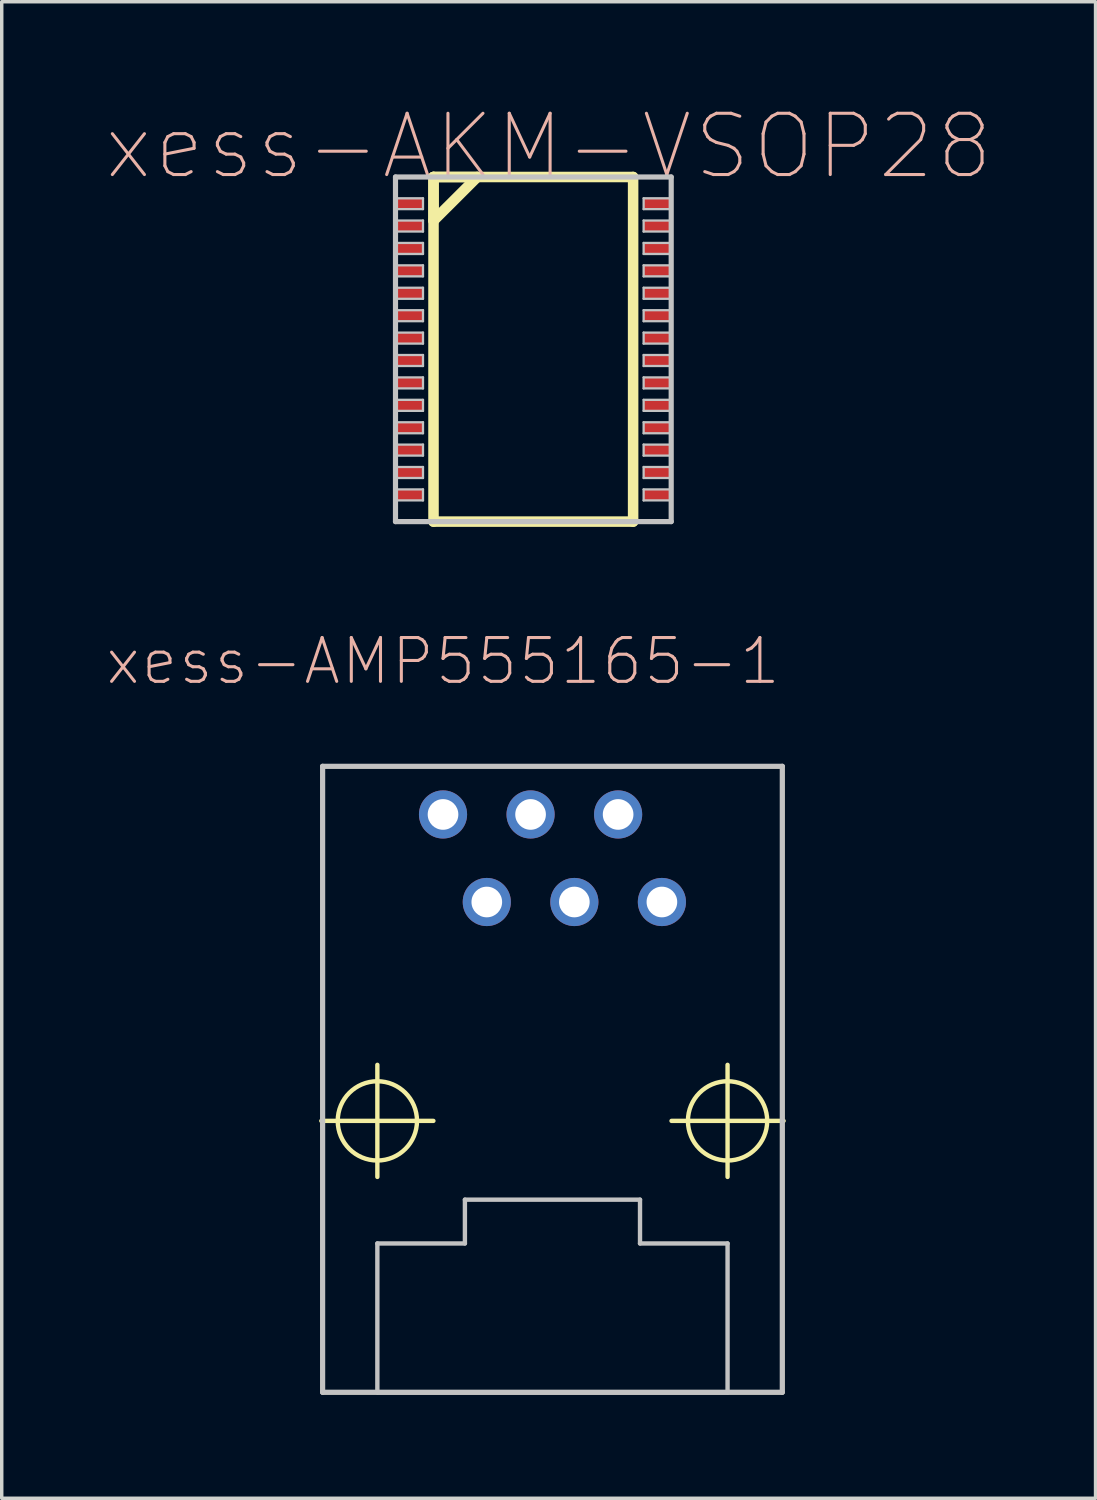
<source format=kicad_pcb>
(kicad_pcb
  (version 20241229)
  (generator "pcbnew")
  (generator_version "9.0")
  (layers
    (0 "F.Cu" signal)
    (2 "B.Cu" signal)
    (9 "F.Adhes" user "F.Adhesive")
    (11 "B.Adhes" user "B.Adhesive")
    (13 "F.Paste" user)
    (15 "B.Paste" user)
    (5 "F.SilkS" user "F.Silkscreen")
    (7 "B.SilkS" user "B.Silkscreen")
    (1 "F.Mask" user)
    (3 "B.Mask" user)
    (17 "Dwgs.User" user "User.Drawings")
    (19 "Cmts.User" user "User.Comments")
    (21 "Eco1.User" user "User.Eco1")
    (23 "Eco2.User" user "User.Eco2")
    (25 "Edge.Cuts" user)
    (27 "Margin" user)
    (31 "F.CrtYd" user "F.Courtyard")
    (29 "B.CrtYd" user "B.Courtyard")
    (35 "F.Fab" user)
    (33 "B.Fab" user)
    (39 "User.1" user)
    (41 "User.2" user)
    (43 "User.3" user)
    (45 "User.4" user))
  (footprint "xess-AKM-VSOP28"
    (layer "F.Cu")
    (at 8.874 2.86)
    (property "Reference" "xess-AKM-VSOP28" (at 3.993 -1.664 0) (layer "B.SilkS") (effects (font (size 1.778 1.778) (thickness 0.089))))
    (attr smd)
    (fp_line (start 0.653 -0.775) (end 0.653 0.493) (stroke (width 0.305) (type solid)) (layer "F.SilkS"))
    (fp_line (start 0.653 -0.775) (end 0.653 9.223) (stroke (width 0.305) (type solid)) (layer "F.SilkS"))
    (fp_line (start 0.653 0.493) (end 1.923 -0.775) (stroke (width 0.305) (type solid)) (layer "F.SilkS"))
    (fp_line (start 0.653 9.223) (end 6.444 9.223) (stroke (width 0.305) (type solid)) (layer "F.SilkS"))
    (fp_line (start 1.923 -0.775) (end 0.653 -0.775) (stroke (width 0.305) (type solid)) (layer "F.SilkS"))
    (fp_line (start 6.444 -0.775) (end 0.653 -0.775) (stroke (width 0.305) (type solid)) (layer "F.SilkS"))
    (fp_line (start 6.444 9.223) (end 6.444 -0.775) (stroke (width 0.305) (type solid)) (layer "F.SilkS"))
    (fp_line (start -0.45 -0.775) (end -0.45 9.223) (stroke (width 0.15) (type solid)) (layer "Dwgs.User"))
    (fp_line (start -0.45 -0.157) (end 0.348 -0.157) (stroke (width 0.066) (type solid)) (layer "Dwgs.User"))
    (fp_line (start -0.45 0.157) (end -0.45 -0.157) (stroke (width 0.066) (type solid)) (layer "Dwgs.User"))
    (fp_line (start -0.45 0.157) (end 0.348 0.157) (stroke (width 0.066) (type solid)) (layer "Dwgs.User"))
    (fp_line (start -0.45 0.488) (end 0.348 0.488) (stroke (width 0.066) (type solid)) (layer "Dwgs.User"))
    (fp_line (start -0.45 0.808) (end -0.45 0.488) (stroke (width 0.066) (type solid)) (layer "Dwgs.User"))
    (fp_line (start -0.45 0.808) (end 0.348 0.808) (stroke (width 0.066) (type solid)) (layer "Dwgs.User"))
    (fp_line (start -0.45 1.138) (end 0.348 1.138) (stroke (width 0.066) (type solid)) (layer "Dwgs.User"))
    (fp_line (start -0.45 1.458) (end -0.45 1.138) (stroke (width 0.066) (type solid)) (layer "Dwgs.User"))
    (fp_line (start -0.45 1.458) (end 0.348 1.458) (stroke (width 0.066) (type solid)) (layer "Dwgs.User"))
    (fp_line (start -0.45 1.788) (end 0.348 1.788) (stroke (width 0.066) (type solid)) (layer "Dwgs.User"))
    (fp_line (start -0.45 2.108) (end -0.45 1.788) (stroke (width 0.066) (type solid)) (layer "Dwgs.User"))
    (fp_line (start -0.45 2.108) (end 0.348 2.108) (stroke (width 0.066) (type solid)) (layer "Dwgs.User"))
    (fp_line (start -0.45 2.438) (end 0.348 2.438) (stroke (width 0.066) (type solid)) (layer "Dwgs.User"))
    (fp_line (start -0.45 2.758) (end -0.45 2.438) (stroke (width 0.066) (type solid)) (layer "Dwgs.User"))
    (fp_line (start -0.45 2.758) (end 0.348 2.758) (stroke (width 0.066) (type solid)) (layer "Dwgs.User"))
    (fp_line (start -0.45 3.089) (end 0.348 3.089) (stroke (width 0.066) (type solid)) (layer "Dwgs.User"))
    (fp_line (start -0.45 3.409) (end -0.45 3.089) (stroke (width 0.066) (type solid)) (layer "Dwgs.User"))
    (fp_line (start -0.45 3.409) (end 0.348 3.409) (stroke (width 0.066) (type solid)) (layer "Dwgs.User"))
    (fp_line (start -0.45 3.739) (end 0.348 3.739) (stroke (width 0.066) (type solid)) (layer "Dwgs.User"))
    (fp_line (start -0.45 4.059) (end -0.45 3.739) (stroke (width 0.066) (type solid)) (layer "Dwgs.User"))
    (fp_line (start -0.45 4.059) (end 0.348 4.059) (stroke (width 0.066) (type solid)) (layer "Dwgs.User"))
    (fp_line (start -0.45 4.389) (end 0.348 4.389) (stroke (width 0.066) (type solid)) (layer "Dwgs.User"))
    (fp_line (start -0.45 4.709) (end -0.45 4.389) (stroke (width 0.066) (type solid)) (layer "Dwgs.User"))
    (fp_line (start -0.45 4.709) (end 0.348 4.709) (stroke (width 0.066) (type solid)) (layer "Dwgs.User"))
    (fp_line (start -0.45 5.039) (end 0.348 5.039) (stroke (width 0.066) (type solid)) (layer "Dwgs.User"))
    (fp_line (start -0.45 5.359) (end -0.45 5.039) (stroke (width 0.066) (type solid)) (layer "Dwgs.User"))
    (fp_line (start -0.45 5.359) (end 0.348 5.359) (stroke (width 0.066) (type solid)) (layer "Dwgs.User"))
    (fp_line (start -0.45 5.69) (end 0.348 5.69) (stroke (width 0.066) (type solid)) (layer "Dwgs.User"))
    (fp_line (start -0.45 6.01) (end -0.45 5.69) (stroke (width 0.066) (type solid)) (layer "Dwgs.User"))
    (fp_line (start -0.45 6.01) (end 0.348 6.01) (stroke (width 0.066) (type solid)) (layer "Dwgs.User"))
    (fp_line (start -0.45 6.34) (end 0.348 6.34) (stroke (width 0.066) (type solid)) (layer "Dwgs.User"))
    (fp_line (start -0.45 6.66) (end -0.45 6.34) (stroke (width 0.066) (type solid)) (layer "Dwgs.User"))
    (fp_line (start -0.45 6.66) (end 0.348 6.66) (stroke (width 0.066) (type solid)) (layer "Dwgs.User"))
    (fp_line (start -0.45 6.988) (end 0.348 6.988) (stroke (width 0.066) (type solid)) (layer "Dwgs.User"))
    (fp_line (start -0.45 7.308) (end -0.45 6.988) (stroke (width 0.066) (type solid)) (layer "Dwgs.User"))
    (fp_line (start -0.45 7.308) (end 0.348 7.308) (stroke (width 0.066) (type solid)) (layer "Dwgs.User"))
    (fp_line (start -0.45 7.638) (end 0.348 7.638) (stroke (width 0.066) (type solid)) (layer "Dwgs.User"))
    (fp_line (start -0.45 7.958) (end -0.45 7.638) (stroke (width 0.066) (type solid)) (layer "Dwgs.User"))
    (fp_line (start -0.45 7.958) (end 0.348 7.958) (stroke (width 0.066) (type solid)) (layer "Dwgs.User"))
    (fp_line (start -0.45 8.288) (end 0.348 8.288) (stroke (width 0.066) (type solid)) (layer "Dwgs.User"))
    (fp_line (start -0.45 8.608) (end -0.45 8.288) (stroke (width 0.066) (type solid)) (layer "Dwgs.User"))
    (fp_line (start -0.45 8.608) (end 0.348 8.608) (stroke (width 0.066) (type solid)) (layer "Dwgs.User"))
    (fp_line (start -0.45 9.223) (end 7.549 9.223) (stroke (width 0.15) (type solid)) (layer "Dwgs.User"))
    (fp_line (start 0.348 0.157) (end 0.348 -0.157) (stroke (width 0.066) (type solid)) (layer "Dwgs.User"))
    (fp_line (start 0.348 0.808) (end 0.348 0.488) (stroke (width 0.066) (type solid)) (layer "Dwgs.User"))
    (fp_line (start 0.348 1.458) (end 0.348 1.138) (stroke (width 0.066) (type solid)) (layer "Dwgs.User"))
    (fp_line (start 0.348 2.108) (end 0.348 1.788) (stroke (width 0.066) (type solid)) (layer "Dwgs.User"))
    (fp_line (start 0.348 2.758) (end 0.348 2.438) (stroke (width 0.066) (type solid)) (layer "Dwgs.User"))
    (fp_line (start 0.348 3.409) (end 0.348 3.089) (stroke (width 0.066) (type solid)) (layer "Dwgs.User"))
    (fp_line (start 0.348 4.059) (end 0.348 3.739) (stroke (width 0.066) (type solid)) (layer "Dwgs.User"))
    (fp_line (start 0.348 4.709) (end 0.348 4.389) (stroke (width 0.066) (type solid)) (layer "Dwgs.User"))
    (fp_line (start 0.348 5.359) (end 0.348 5.039) (stroke (width 0.066) (type solid)) (layer "Dwgs.User"))
    (fp_line (start 0.348 6.01) (end 0.348 5.69) (stroke (width 0.066) (type solid)) (layer "Dwgs.User"))
    (fp_line (start 0.348 6.66) (end 0.348 6.34) (stroke (width 0.066) (type solid)) (layer "Dwgs.User"))
    (fp_line (start 0.348 7.308) (end 0.348 6.988) (stroke (width 0.066) (type solid)) (layer "Dwgs.User"))
    (fp_line (start 0.348 7.958) (end 0.348 7.638) (stroke (width 0.066) (type solid)) (layer "Dwgs.User"))
    (fp_line (start 0.348 8.608) (end 0.348 8.288) (stroke (width 0.066) (type solid)) (layer "Dwgs.User"))
    (fp_line (start 6.749 -0.157) (end 7.549 -0.157) (stroke (width 0.066) (type solid)) (layer "Dwgs.User"))
    (fp_line (start 6.749 0.157) (end 6.749 -0.157) (stroke (width 0.066) (type solid)) (layer "Dwgs.User"))
    (fp_line (start 6.749 0.157) (end 7.549 0.157) (stroke (width 0.066) (type solid)) (layer "Dwgs.User"))
    (fp_line (start 6.749 0.488) (end 7.549 0.488) (stroke (width 0.066) (type solid)) (layer "Dwgs.User"))
    (fp_line (start 6.749 0.808) (end 6.749 0.488) (stroke (width 0.066) (type solid)) (layer "Dwgs.User"))
    (fp_line (start 6.749 0.808) (end 7.549 0.808) (stroke (width 0.066) (type solid)) (layer "Dwgs.User"))
    (fp_line (start 6.749 1.138) (end 7.549 1.138) (stroke (width 0.066) (type solid)) (layer "Dwgs.User"))
    (fp_line (start 6.749 1.458) (end 6.749 1.138) (stroke (width 0.066) (type solid)) (layer "Dwgs.User"))
    (fp_line (start 6.749 1.458) (end 7.549 1.458) (stroke (width 0.066) (type solid)) (layer "Dwgs.User"))
    (fp_line (start 6.749 1.788) (end 7.549 1.788) (stroke (width 0.066) (type solid)) (layer "Dwgs.User"))
    (fp_line (start 6.749 2.108) (end 6.749 1.788) (stroke (width 0.066) (type solid)) (layer "Dwgs.User"))
    (fp_line (start 6.749 2.108) (end 7.549 2.108) (stroke (width 0.066) (type solid)) (layer "Dwgs.User"))
    (fp_line (start 6.749 2.438) (end 7.549 2.438) (stroke (width 0.066) (type solid)) (layer "Dwgs.User"))
    (fp_line (start 6.749 2.758) (end 6.749 2.438) (stroke (width 0.066) (type solid)) (layer "Dwgs.User"))
    (fp_line (start 6.749 2.758) (end 7.549 2.758) (stroke (width 0.066) (type solid)) (layer "Dwgs.User"))
    (fp_line (start 6.749 3.089) (end 7.549 3.089) (stroke (width 0.066) (type solid)) (layer "Dwgs.User"))
    (fp_line (start 6.749 3.409) (end 6.749 3.089) (stroke (width 0.066) (type solid)) (layer "Dwgs.User"))
    (fp_line (start 6.749 3.409) (end 7.549 3.409) (stroke (width 0.066) (type solid)) (layer "Dwgs.User"))
    (fp_line (start 6.749 3.739) (end 7.549 3.739) (stroke (width 0.066) (type solid)) (layer "Dwgs.User"))
    (fp_line (start 6.749 4.059) (end 6.749 3.739) (stroke (width 0.066) (type solid)) (layer "Dwgs.User"))
    (fp_line (start 6.749 4.059) (end 7.549 4.059) (stroke (width 0.066) (type solid)) (layer "Dwgs.User"))
    (fp_line (start 6.749 4.389) (end 7.549 4.389) (stroke (width 0.066) (type solid)) (layer "Dwgs.User"))
    (fp_line (start 6.749 4.709) (end 6.749 4.389) (stroke (width 0.066) (type solid)) (layer "Dwgs.User"))
    (fp_line (start 6.749 4.709) (end 7.549 4.709) (stroke (width 0.066) (type solid)) (layer "Dwgs.User"))
    (fp_line (start 6.749 5.039) (end 7.549 5.039) (stroke (width 0.066) (type solid)) (layer "Dwgs.User"))
    (fp_line (start 6.749 5.359) (end 6.749 5.039) (stroke (width 0.066) (type solid)) (layer "Dwgs.User"))
    (fp_line (start 6.749 5.359) (end 7.549 5.359) (stroke (width 0.066) (type solid)) (layer "Dwgs.User"))
    (fp_line (start 6.749 5.69) (end 7.549 5.69) (stroke (width 0.066) (type solid)) (layer "Dwgs.User"))
    (fp_line (start 6.749 6.01) (end 6.749 5.69) (stroke (width 0.066) (type solid)) (layer "Dwgs.User"))
    (fp_line (start 6.749 6.01) (end 7.549 6.01) (stroke (width 0.066) (type solid)) (layer "Dwgs.User"))
    (fp_line (start 6.749 6.34) (end 7.549 6.34) (stroke (width 0.066) (type solid)) (layer "Dwgs.User"))
    (fp_line (start 6.749 6.66) (end 6.749 6.34) (stroke (width 0.066) (type solid)) (layer "Dwgs.User"))
    (fp_line (start 6.749 6.66) (end 7.549 6.66) (stroke (width 0.066) (type solid)) (layer "Dwgs.User"))
    (fp_line (start 6.749 6.988) (end 7.549 6.988) (stroke (width 0.066) (type solid)) (layer "Dwgs.User"))
    (fp_line (start 6.749 7.308) (end 6.749 6.988) (stroke (width 0.066) (type solid)) (layer "Dwgs.User"))
    (fp_line (start 6.749 7.308) (end 7.549 7.308) (stroke (width 0.066) (type solid)) (layer "Dwgs.User"))
    (fp_line (start 6.749 7.638) (end 7.549 7.638) (stroke (width 0.066) (type solid)) (layer "Dwgs.User"))
    (fp_line (start 6.749 7.958) (end 6.749 7.638) (stroke (width 0.066) (type solid)) (layer "Dwgs.User"))
    (fp_line (start 6.749 7.958) (end 7.549 7.958) (stroke (width 0.066) (type solid)) (layer "Dwgs.User"))
    (fp_line (start 6.749 8.288) (end 7.549 8.288) (stroke (width 0.066) (type solid)) (layer "Dwgs.User"))
    (fp_line (start 6.749 8.608) (end 6.749 8.288) (stroke (width 0.066) (type solid)) (layer "Dwgs.User"))
    (fp_line (start 6.749 8.608) (end 7.549 8.608) (stroke (width 0.066) (type solid)) (layer "Dwgs.User"))
    (fp_line (start 7.549 -0.775) (end -0.45 -0.775) (stroke (width 0.15) (type solid)) (layer "Dwgs.User"))
    (fp_line (start 7.549 0.157) (end 7.549 -0.157) (stroke (width 0.066) (type solid)) (layer "Dwgs.User"))
    (fp_line (start 7.549 0.808) (end 7.549 0.488) (stroke (width 0.066) (type solid)) (layer "Dwgs.User"))
    (fp_line (start 7.549 1.458) (end 7.549 1.138) (stroke (width 0.066) (type solid)) (layer "Dwgs.User"))
    (fp_line (start 7.549 2.108) (end 7.549 1.788) (stroke (width 0.066) (type solid)) (layer "Dwgs.User"))
    (fp_line (start 7.549 2.758) (end 7.549 2.438) (stroke (width 0.066) (type solid)) (layer "Dwgs.User"))
    (fp_line (start 7.549 3.409) (end 7.549 3.089) (stroke (width 0.066) (type solid)) (layer "Dwgs.User"))
    (fp_line (start 7.549 4.059) (end 7.549 3.739) (stroke (width 0.066) (type solid)) (layer "Dwgs.User"))
    (fp_line (start 7.549 4.709) (end 7.549 4.389) (stroke (width 0.066) (type solid)) (layer "Dwgs.User"))
    (fp_line (start 7.549 5.359) (end 7.549 5.039) (stroke (width 0.066) (type solid)) (layer "Dwgs.User"))
    (fp_line (start 7.549 6.01) (end 7.549 5.69) (stroke (width 0.066) (type solid)) (layer "Dwgs.User"))
    (fp_line (start 7.549 6.66) (end 7.549 6.34) (stroke (width 0.066) (type solid)) (layer "Dwgs.User"))
    (fp_line (start 7.549 7.308) (end 7.549 6.988) (stroke (width 0.066) (type solid)) (layer "Dwgs.User"))
    (fp_line (start 7.549 7.958) (end 7.549 7.638) (stroke (width 0.066) (type solid)) (layer "Dwgs.User"))
    (fp_line (start 7.549 8.608) (end 7.549 8.288) (stroke (width 0.066) (type solid)) (layer "Dwgs.User"))
    (fp_line (start 7.549 9.223) (end 7.549 -0.775) (stroke (width 0.15) (type solid)) (layer "Dwgs.User"))
    (pad "1" smd rect (at -0.048 0) (size 0.798 0.318) (layers "F.Cu" "F.Mask" "F.Paste"))
    (pad "2" smd rect (at -0.048 0.648) (size 0.798 0.318) (layers "F.Cu" "F.Mask" "F.Paste"))
    (pad "3" smd rect (at -0.048 1.298) (size 0.798 0.318) (layers "F.Cu" "F.Mask" "F.Paste"))
    (pad "4" smd rect (at -0.048 1.948) (size 0.798 0.318) (layers "F.Cu" "F.Mask" "F.Paste"))
    (pad "5" smd rect (at -0.048 2.598) (size 0.798 0.318) (layers "F.Cu" "F.Mask" "F.Paste"))
    (pad "6" smd rect (at -0.048 3.249) (size 0.798 0.318) (layers "F.Cu" "F.Mask" "F.Paste"))
    (pad "7" smd rect (at -0.048 3.899) (size 0.798 0.318) (layers "F.Cu" "F.Mask" "F.Paste"))
    (pad "8" smd rect (at -0.048 4.549) (size 0.798 0.318) (layers "F.Cu" "F.Mask" "F.Paste"))
    (pad "9" smd rect (at -0.048 5.199) (size 0.798 0.318) (layers "F.Cu" "F.Mask" "F.Paste"))
    (pad "10" smd rect (at -0.048 5.85) (size 0.798 0.318) (layers "F.Cu" "F.Mask" "F.Paste"))
    (pad "11" smd rect (at -0.048 6.5) (size 0.798 0.318) (layers "F.Cu" "F.Mask" "F.Paste"))
    (pad "12" smd rect (at -0.048 7.148) (size 0.798 0.318) (layers "F.Cu" "F.Mask" "F.Paste"))
    (pad "13" smd rect (at -0.048 7.798) (size 0.798 0.318) (layers "F.Cu" "F.Mask" "F.Paste"))
    (pad "14" smd rect (at -0.048 8.448) (size 0.798 0.318) (layers "F.Cu" "F.Mask" "F.Paste"))
    (pad "15" smd rect (at 7.148 8.448) (size 0.798 0.318) (layers "F.Cu" "F.Mask" "F.Paste"))
    (pad "16" smd rect (at 7.148 7.798) (size 0.798 0.318) (layers "F.Cu" "F.Mask" "F.Paste"))
    (pad "17" smd rect (at 7.148 7.148) (size 0.798 0.318) (layers "F.Cu" "F.Mask" "F.Paste"))
    (pad "18" smd rect (at 7.148 6.5) (size 0.798 0.318) (layers "F.Cu" "F.Mask" "F.Paste"))
    (pad "19" smd rect (at 7.148 5.85) (size 0.798 0.318) (layers "F.Cu" "F.Mask" "F.Paste"))
    (pad "20" smd rect (at 7.148 5.199) (size 0.798 0.318) (layers "F.Cu" "F.Mask" "F.Paste"))
    (pad "21" smd rect (at 7.148 4.549) (size 0.798 0.318) (layers "F.Cu" "F.Mask" "F.Paste"))
    (pad "22" smd rect (at 7.148 3.899) (size 0.798 0.318) (layers "F.Cu" "F.Mask" "F.Paste"))
    (pad "23" smd rect (at 7.148 3.249) (size 0.798 0.318) (layers "F.Cu" "F.Mask" "F.Paste"))
    (pad "24" smd rect (at 7.148 2.598) (size 0.798 0.318) (layers "F.Cu" "F.Mask" "F.Paste"))
    (pad "25" smd rect (at 7.148 1.948) (size 0.798 0.318) (layers "F.Cu" "F.Mask" "F.Paste"))
    (pad "26" smd rect (at 7.148 1.298) (size 0.798 0.318) (layers "F.Cu" "F.Mask" "F.Paste"))
    (pad "27" smd rect (at 7.148 0.648) (size 0.798 0.318) (layers "F.Cu" "F.Mask" "F.Paste"))
    (pad "28" smd rect (at 7.148 0) (size 0.798 0.318) (layers "F.Cu" "F.Mask" "F.Paste")))
  (footprint "xess-AMP555165-1"
    (layer "F.Cu")
    (at 12.978 29.469)
    (property "Reference" "xess-AMP555165-1" (at -3.175 -13.335 0) (layer "B.SilkS") (effects (font (size 1.27 1.27) (thickness 0.089))))
    (attr exclude_from_pos_files exclude_from_bom)
    (fp_line (start -6.706 0) (end -3.454 0) (stroke (width 0.127) (type solid)) (layer "F.SilkS"))
    (fp_line (start -6.668 -10.287) (end -6.668 7.874) (stroke (width 0.127) (type solid)) (layer "F.SilkS"))
    (fp_line (start -6.668 7.874) (end 6.668 7.874) (stroke (width 0.127) (type solid)) (layer "F.SilkS"))
    (fp_line (start -5.08 1.626) (end -5.08 -1.626) (stroke (width 0.127) (type solid)) (layer "F.SilkS"))
    (fp_line (start 3.454 0) (end 6.706 0) (stroke (width 0.127) (type solid)) (layer "F.SilkS"))
    (fp_line (start 5.08 1.626) (end 5.08 -1.626) (stroke (width 0.127) (type solid)) (layer "F.SilkS"))
    (fp_line (start 6.668 -10.287) (end -6.668 -10.287) (stroke (width 0.127) (type solid)) (layer "F.SilkS"))
    (fp_line (start 6.668 7.874) (end 6.668 -10.287) (stroke (width 0.127) (type solid)) (layer "F.SilkS"))
    (fp_circle (center -5.08 0) (end -5.893 0.813) (stroke (width 0.127) (type solid)) (fill no) (layer "F.SilkS"))
    (fp_circle (center 5.08 0) (end 5.893 0.813) (stroke (width 0.127) (type solid)) (fill no) (layer "F.SilkS"))
    (fp_line (start -6.668 -10.287) (end -6.668 7.874) (stroke (width 0.15) (type solid)) (layer "Dwgs.User"))
    (fp_line (start -6.668 7.874) (end 6.668 7.874) (stroke (width 0.15) (type solid)) (layer "Dwgs.User"))
    (fp_line (start -5.08 3.556) (end -2.54 3.556) (stroke (width 0.127) (type solid)) (layer "Dwgs.User"))
    (fp_line (start -5.08 7.874) (end -5.08 3.556) (stroke (width 0.127) (type solid)) (layer "Dwgs.User"))
    (fp_line (start -2.54 2.286) (end 2.54 2.286) (stroke (width 0.127) (type solid)) (layer "Dwgs.User"))
    (fp_line (start -2.54 3.556) (end -2.54 2.286) (stroke (width 0.127) (type solid)) (layer "Dwgs.User"))
    (fp_line (start 2.54 2.286) (end 2.54 3.556) (stroke (width 0.127) (type solid)) (layer "Dwgs.User"))
    (fp_line (start 2.54 3.556) (end 5.08 3.556) (stroke (width 0.127) (type solid)) (layer "Dwgs.User"))
    (fp_line (start 5.08 3.556) (end 5.08 7.874) (stroke (width 0.127) (type solid)) (layer "Dwgs.User"))
    (fp_line (start 5.08 7.874) (end -5.08 7.874) (stroke (width 0.127) (type solid)) (layer "Dwgs.User"))
    (fp_line (start 6.668 -10.287) (end -6.668 -10.287) (stroke (width 0.15) (type solid)) (layer "Dwgs.User"))
    (fp_line (start 6.668 7.874) (end 6.668 -10.287) (stroke (width 0.15) (type solid)) (layer "Dwgs.User"))
    (pad "1" thru_hole circle (at -3.175 -8.89) (size 1.397 1.397) (drill 0.889) (layers "*.Cu" "*.Mask"))
    (pad "2" thru_hole circle (at -1.905 -6.35) (size 1.397 1.397) (drill 0.889) (layers "*.Cu" "*.Mask"))
    (pad "3" thru_hole circle (at -0.635 -8.89) (size 1.397 1.397) (drill 0.889) (layers "*.Cu" "*.Mask"))
    (pad "4" thru_hole circle (at 0.635 -6.35) (size 1.397 1.397) (drill 0.889) (layers "*.Cu" "*.Mask"))
    (pad "5" thru_hole circle (at 1.905 -8.89) (size 1.397 1.397) (drill 0.889) (layers "*.Cu" "*.Mask"))
    (pad "6" thru_hole circle (at 3.175 -6.35) (size 1.397 1.397) (drill 0.889) (layers "*.Cu" "*.Mask")))
  (gr_rect
    (start -3 -3)
    (end 28.734 40.418)
    (stroke (width 0.1) (type default))
    (fill no)
    (layer "Edge.Cuts")))
</source>
